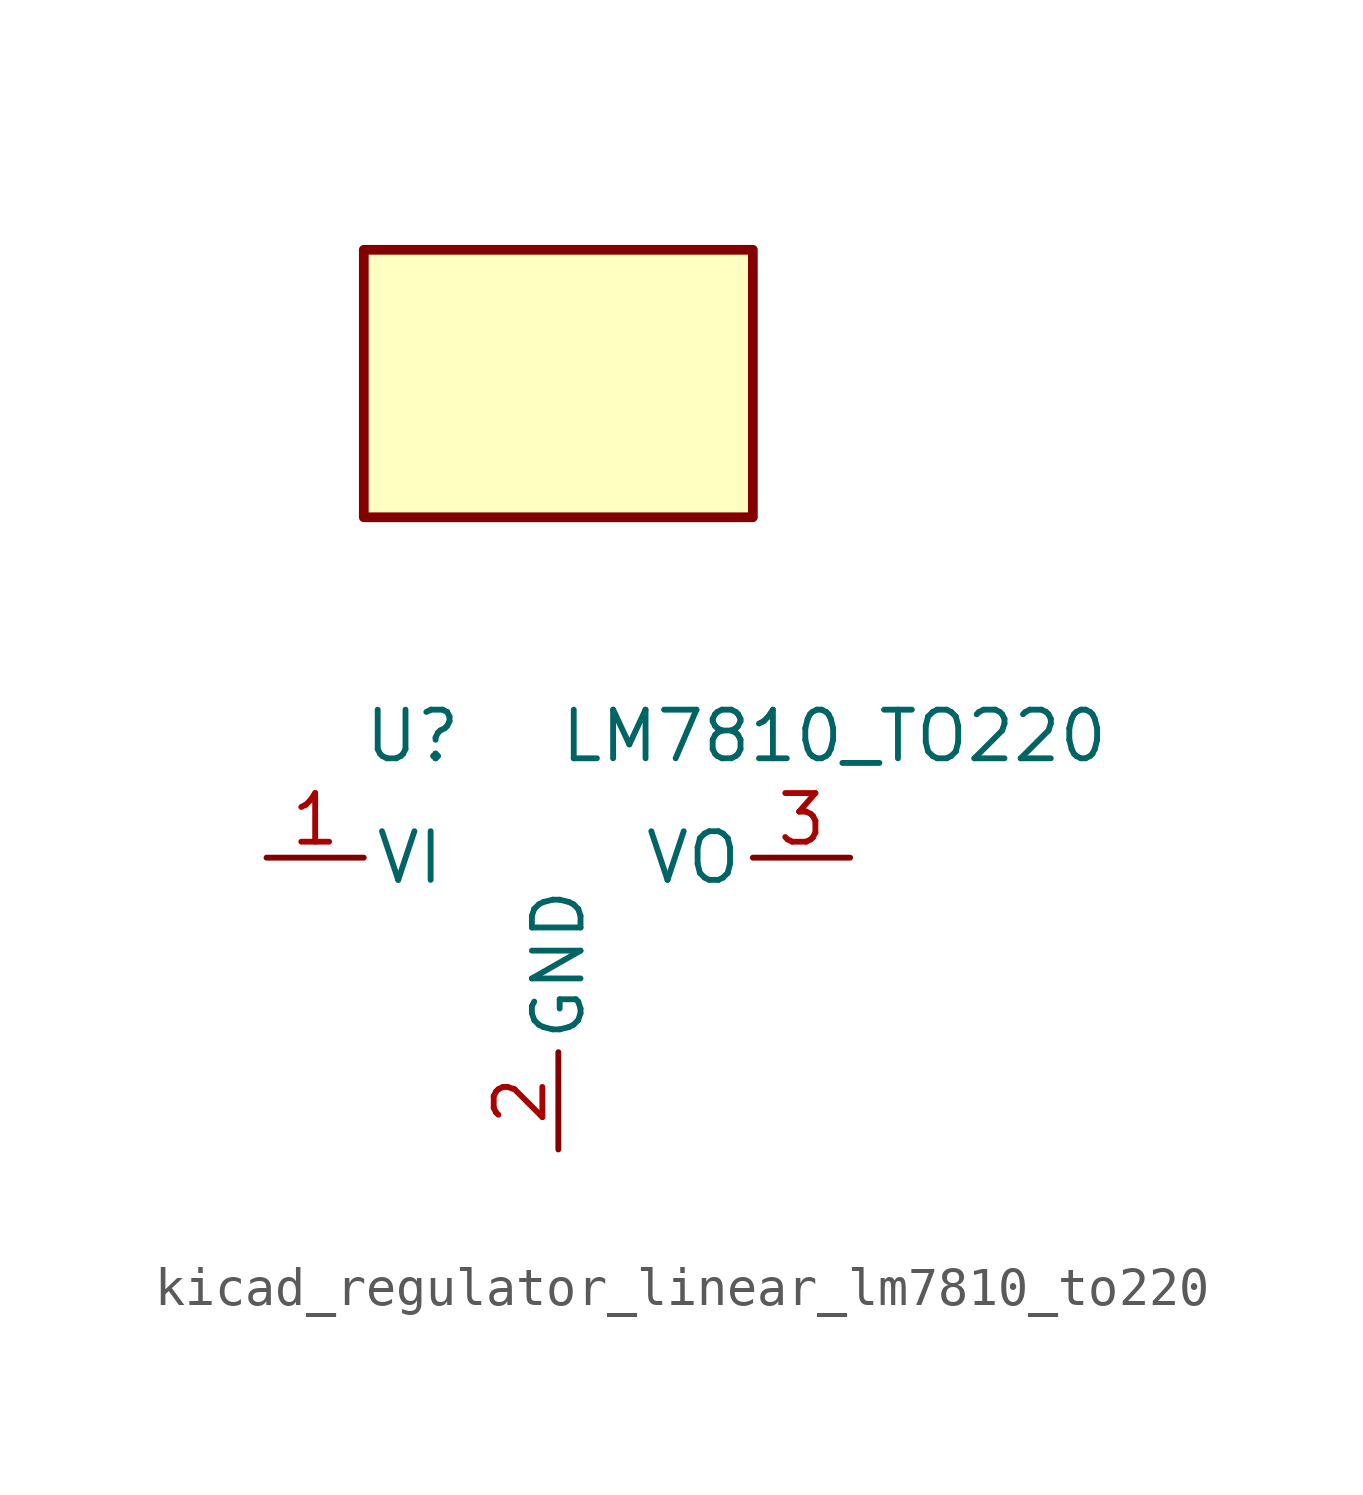
<source format=kicad_sym>
(kicad_symbol_lib
  (version 20220914)
  (generator kicad_symbol_editor)
  (symbol "kicad_regulator_linear_lm7810_to220"
    (pin_names
      (offset 0.254))
    (property "Reference" "U"
      (at -3.81 3.175 0)
      (effects (font (size 1.27 1.27))))
    (property "Value" "LM7810_TO220"
      (at 0 3.175 0)
      (effects (font (size 1.27 1.27)) (justify left)))
    (symbol "kicad_regulator_linear_lm7810_to220_0_1"
      (rectangle (start 5.08 15.875) (end -5.08 8.89) (stroke (width 0.254) (type default)) (fill (type background))))
    (symbol "kicad_regulator_linear_lm7810_to220_1_1"
      (pin power_in line (at -7.62 0 0) (length 2.54) (name "VI" (effects (font (size 1.27 1.27)))) (number "1" (effects (font (size 1.27 1.27)))))
      (pin power_in line (at 0 -7.62 90) (length 2.54) (name "GND" (effects (font (size 1.27 1.27)))) (number "2" (effects (font (size 1.27 1.27)))))
      (pin power_out line (at 7.62 0 180) (length 2.54) (name "VO" (effects (font (size 1.27 1.27)))) (number "3" (effects (font (size 1.27 1.27))))))))
</source>
